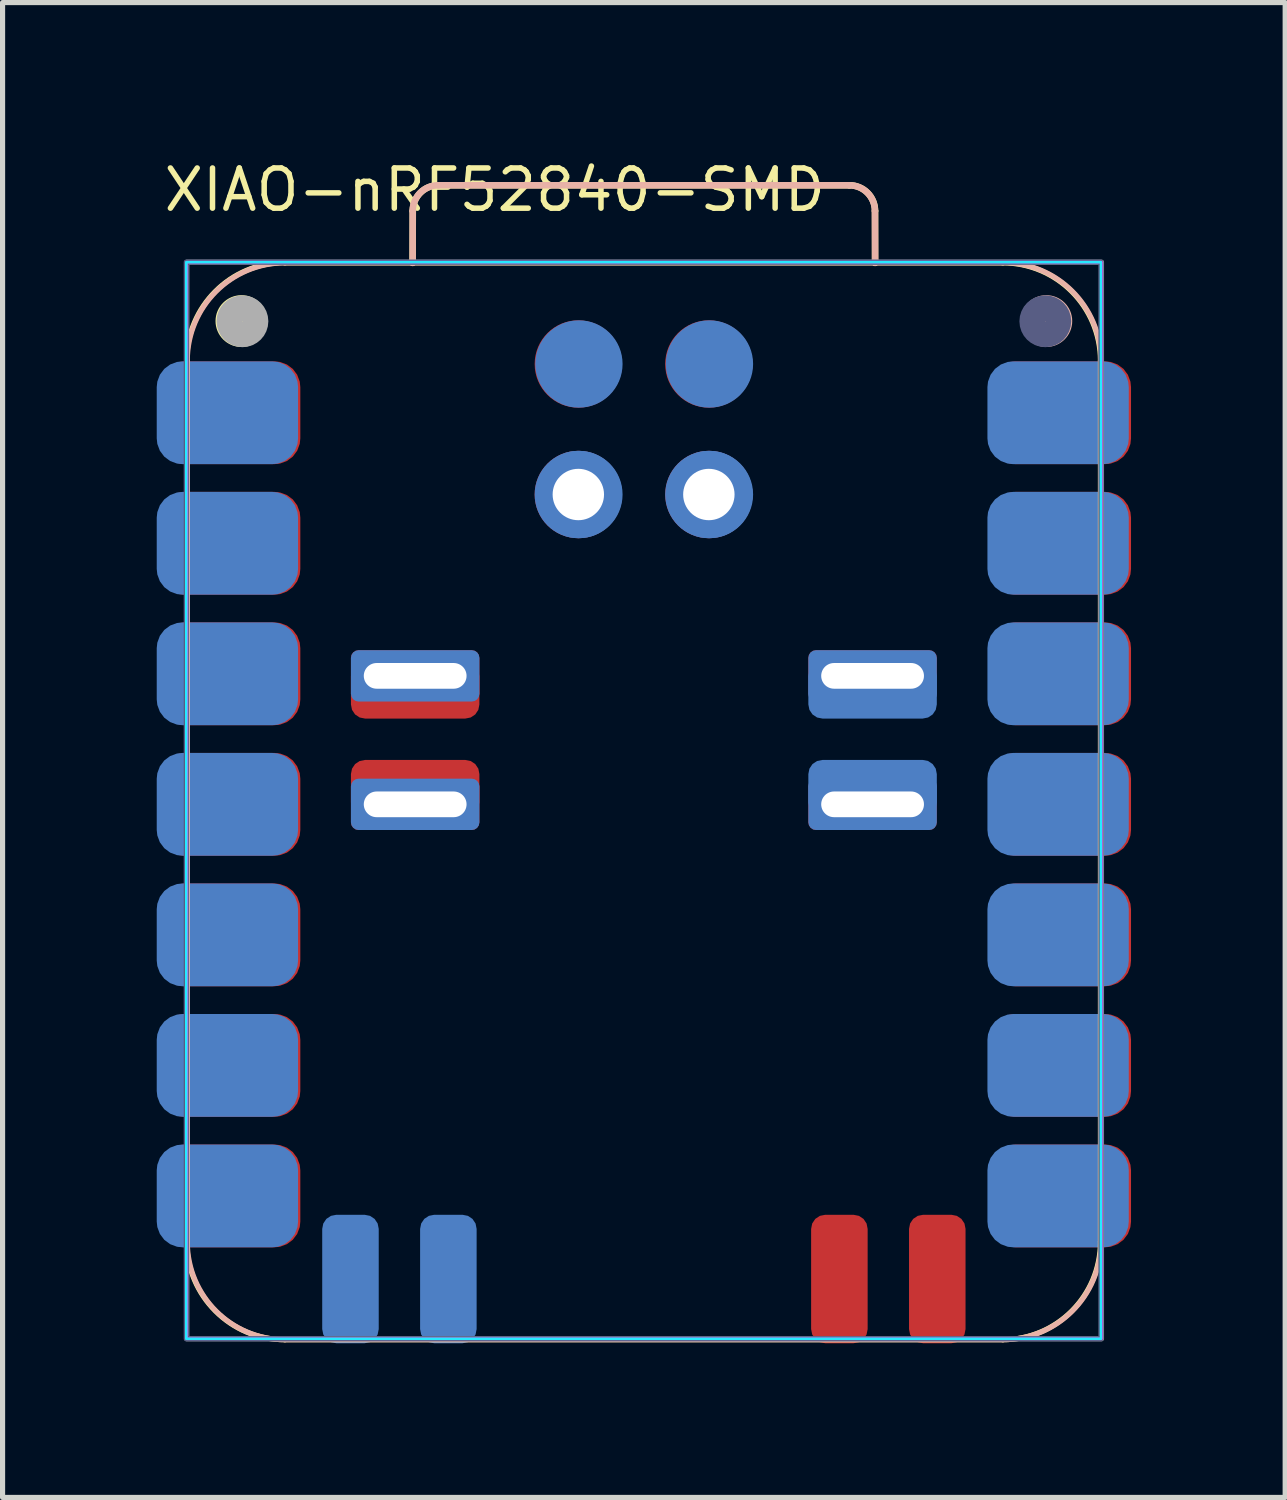
<source format=kicad_pcb>
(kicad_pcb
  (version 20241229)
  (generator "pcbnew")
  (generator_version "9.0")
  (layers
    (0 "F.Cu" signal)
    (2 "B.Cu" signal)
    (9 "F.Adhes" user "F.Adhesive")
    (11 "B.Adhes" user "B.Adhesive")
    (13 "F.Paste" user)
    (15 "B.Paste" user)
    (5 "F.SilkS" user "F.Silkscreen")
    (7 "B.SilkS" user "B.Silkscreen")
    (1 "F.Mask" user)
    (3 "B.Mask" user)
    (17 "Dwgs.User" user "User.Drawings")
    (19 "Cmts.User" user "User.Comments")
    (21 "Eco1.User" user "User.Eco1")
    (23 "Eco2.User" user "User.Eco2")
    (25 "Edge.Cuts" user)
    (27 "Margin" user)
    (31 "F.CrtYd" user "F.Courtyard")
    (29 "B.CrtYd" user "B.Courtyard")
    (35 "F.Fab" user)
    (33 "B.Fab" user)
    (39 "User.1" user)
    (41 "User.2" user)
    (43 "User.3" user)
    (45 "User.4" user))
  (footprint "XIAO-nRF52840-SMD"
    (layer "F.Cu")
    (at 9.529 12.602)
    (property "Reference" "XIAO-nRF52840-SMD" (at -9.445 -11.5 0) (layer "F.SilkS") (effects (font (size 0.782 0.782) (thickness 0.107)) (justify left bottom)))
    (fp_line (start -8.945 8.513) (end -8.945 -8.632) (stroke (width 0.1) (type solid)) (layer "F.SilkS"))
    (fp_line (start -7.04 10.418) (end 6.93 10.418) (stroke (width 0.1) (type solid)) (layer "F.SilkS"))
    (fp_line (start -4.55 -10.537) (end -4.546 -11.547) (stroke (width 0.127) (type solid)) (layer "F.SilkS"))
    (fp_line (start -4.046 -12.047) (end 3.949 -12.047) (stroke (width 0.127) (type solid)) (layer "F.SilkS"))
    (fp_line (start 4.449 -11.547) (end 4.449 -10.537) (stroke (width 0.127) (type solid)) (layer "F.SilkS"))
    (fp_line (start 6.93 -10.537) (end -7.04 -10.537) (stroke (width 0.1) (type solid)) (layer "F.SilkS"))
    (fp_line (start 8.835 8.513) (end 8.835 -8.632) (stroke (width 0.1) (type solid)) (layer "F.SilkS"))
    (fp_arc (start -8.945 -8.636) (mid -8.387038 -9.983038) (end -7.04 -10.541) (stroke (width 0.1) (type solid)) (layer "F.SilkS"))
    (fp_arc (start -7.04 10.418) (mid -8.387038 9.860038) (end -8.945 8.513) (stroke (width 0.1) (type solid)) (layer "F.SilkS"))
    (fp_arc (start -4.546272 -11.547272) (mid -4.399724 -11.900644) (end -4.046272 -12.047) (stroke (width 0.127) (type default)) (layer "F.SilkS"))
    (fp_arc (start 3.949 -12.047) (mid 4.302524 -11.900524) (end 4.449 -11.547) (stroke (width 0.127) (type default)) (layer "F.SilkS"))
    (fp_arc (start 6.93 -10.537) (mid 8.277024 -9.979024) (end 8.835 -8.632) (stroke (width 0.1) (type solid)) (layer "F.SilkS"))
    (fp_arc (start 8.835 8.513) (mid 8.277038 9.860038) (end 6.93 10.418) (stroke (width 0.1) (type solid)) (layer "F.SilkS"))
    (fp_circle (center -7.881 -9.404) (end -7.881 -9.658) (stroke (width 0.5) (type solid)) (fill yes) (layer "F.SilkS"))
    (fp_line (start -8.934 8.513) (end -8.934 -8.632) (stroke (width 0.1) (type solid)) (layer "B.SilkS"))
    (fp_line (start -7.029 -10.537) (end 6.941 -10.537) (stroke (width 0.1) (type solid)) (layer "B.SilkS"))
    (fp_line (start -4.548 -11.547) (end -4.548 -10.537) (stroke (width 0.127) (type solid)) (layer "B.SilkS"))
    (fp_line (start 3.947 -12.047) (end -4.048 -12.047) (stroke (width 0.127) (type solid)) (layer "B.SilkS"))
    (fp_line (start 4.451 -10.537) (end 4.447 -11.547) (stroke (width 0.127) (type solid)) (layer "B.SilkS"))
    (fp_line (start 6.941 10.418) (end -7.029 10.418) (stroke (width 0.1) (type solid)) (layer "B.SilkS"))
    (fp_line (start 8.846 8.513) (end 8.846 -8.632) (stroke (width 0.1) (type solid)) (layer "B.SilkS"))
    (fp_arc (start -8.934136 -8.632136) (mid -8.37616 -9.97916) (end -7.029136 -10.537136) (stroke (width 0.1) (type solid)) (layer "B.SilkS"))
    (fp_arc (start -7.029136 10.417864) (mid -8.376174 9.859902) (end -8.934136 8.512864) (stroke (width 0.1) (type solid)) (layer "B.SilkS"))
    (fp_arc (start -4.548136 -11.547136) (mid -4.40166 -11.90066) (end -4.048136 -12.047136) (stroke (width 0.127) (type default)) (layer "B.SilkS"))
    (fp_arc (start 3.947136 -12.047136) (mid 4.300586 -11.900779) (end 4.447136 -11.547408) (stroke (width 0.127) (type default)) (layer "B.SilkS"))
    (fp_arc (start 6.940864 -10.541136) (mid 8.287902 -9.983174) (end 8.845864 -8.636136) (stroke (width 0.1) (type solid)) (layer "B.SilkS"))
    (fp_arc (start 8.845864 8.512864) (mid 8.287902 9.859902) (end 6.940864 10.417864) (stroke (width 0.1) (type solid)) (layer "B.SilkS"))
    (fp_circle (center 7.782 -9.404) (end 7.782 -9.658) (stroke (width 0.5) (type solid)) (fill yes) (layer "B.SilkS"))
    (fp_rect (start 8.846 -10.55) (end -8.954 10.4) (stroke (width 0.05) (type default)) (fill no) (layer "B.CrtYd"))
    (fp_rect (start -8.945 -10.55) (end 8.855 10.4) (stroke (width 0.05) (type default)) (fill no) (layer "F.CrtYd"))
    (fp_rect (start 8.846 -10.55) (end -8.954 10.4) (stroke (width 0.1) (type default)) (fill no) (layer "B.Fab"))
    (fp_circle (center 7.762 -9.4) (end 7.762 -9.654) (stroke (width 0.5) (type solid)) (fill no) (layer "B.Fab"))
    (fp_rect (start -8.945 -10.55) (end 8.855 10.4) (stroke (width 0.1) (type default)) (fill no) (layer "F.Fab"))
    (fp_circle (center -7.861 -9.4) (end -7.861 -9.654) (stroke (width 0.5) (type solid)) (fill no) (layer "F.Fab"))
    (pad "1" smd roundrect (at -8.154 -7.62) (size 2.75 2) (layers "B.Cu" "B.Mask" "B.Paste") (roundrect_rratio 0.25))
    (pad "1" smd roundrect (at -8.11 -7.62) (size 2.75 2) (layers "F.Cu" "F.Mask" "F.Paste") (roundrect_rratio 0.25))
    (pad "2" smd roundrect (at -8.154 -5.08) (size 2.75 2) (layers "B.Cu" "B.Mask" "B.Paste") (roundrect_rratio 0.25))
    (pad "2" smd roundrect (at -8.11 -5.08) (size 2.75 2) (layers "F.Cu" "F.Mask" "F.Paste") (roundrect_rratio 0.25))
    (pad "3" smd roundrect (at -8.154 -2.54) (size 2.75 2) (layers "B.Cu" "B.Mask" "B.Paste") (roundrect_rratio 0.25))
    (pad "3" smd roundrect (at -8.11 -2.54) (size 2.75 2) (layers "F.Cu" "F.Mask" "F.Paste") (roundrect_rratio 0.25))
    (pad "4" smd roundrect (at -8.154 -0.000136) (size 2.75 2) (layers "B.Cu" "B.Mask" "B.Paste") (roundrect_rratio 0.25))
    (pad "4" smd roundrect (at -8.11 0) (size 2.75 2) (layers "F.Cu" "F.Mask" "F.Paste") (roundrect_rratio 0.25))
    (pad "5" smd roundrect (at -8.154 2.54) (size 2.75 2) (layers "B.Cu" "B.Mask" "B.Paste") (roundrect_rratio 0.25))
    (pad "5" smd roundrect (at -8.11 2.54) (size 2.75 2) (layers "F.Cu" "F.Mask" "F.Paste") (roundrect_rratio 0.25))
    (pad "6" smd roundrect (at -8.154 5.08) (size 2.75 2) (layers "B.Cu" "B.Mask" "B.Paste") (roundrect_rratio 0.25))
    (pad "6" smd roundrect (at -8.11 5.08) (size 2.75 2) (layers "F.Cu" "F.Mask" "F.Paste") (roundrect_rratio 0.25))
    (pad "7" smd roundrect (at -8.154 7.62) (size 2.75 2) (layers "B.Cu" "B.Mask" "B.Paste") (roundrect_rratio 0.25))
    (pad "7" smd roundrect (at -8.11 7.62) (size 2.75 2) (layers "F.Cu" "F.Mask" "F.Paste") (roundrect_rratio 0.25))
    (pad "8" smd roundrect (at 8.011 7.62) (size 2.75 2) (layers "B.Cu" "B.Mask" "B.Paste") (roundrect_rratio 0.25))
    (pad "8" smd roundrect (at 8.055 7.62) (size 2.75 2) (layers "F.Cu" "F.Mask" "F.Paste") (roundrect_rratio 0.25))
    (pad "9" smd roundrect (at 8.011 5.08) (size 2.75 2) (layers "B.Cu" "B.Mask" "B.Paste") (roundrect_rratio 0.25))
    (pad "9" smd roundrect (at 8.055 5.08) (size 2.75 2) (layers "F.Cu" "F.Mask" "F.Paste") (roundrect_rratio 0.25))
    (pad "10" smd roundrect (at 8.011 2.54) (size 2.75 2) (layers "B.Cu" "B.Mask" "B.Paste") (roundrect_rratio 0.25))
    (pad "10" smd roundrect (at 8.055 2.54) (size 2.75 2) (layers "F.Cu" "F.Mask" "F.Paste") (roundrect_rratio 0.25))
    (pad "11" smd roundrect (at 8.011 -0.000136) (size 2.75 2) (layers "B.Cu" "B.Mask" "B.Paste") (roundrect_rratio 0.25))
    (pad "11" smd roundrect (at 8.055 0) (size 2.75 2) (layers "F.Cu" "F.Mask" "F.Paste") (roundrect_rratio 0.25))
    (pad "12" smd roundrect (at 8.011 -2.54) (size 2.75 2) (layers "B.Cu" "B.Mask" "B.Paste") (roundrect_rratio 0.25))
    (pad "12" smd roundrect (at 8.055 -2.54) (size 2.75 2) (layers "F.Cu" "F.Mask" "F.Paste") (roundrect_rratio 0.25))
    (pad "13" smd roundrect (at 8.011 -5.08) (size 2.75 2) (layers "B.Cu" "B.Mask" "B.Paste") (roundrect_rratio 0.25))
    (pad "13" smd roundrect (at 8.055 -5.08) (size 2.75 2) (layers "F.Cu" "F.Mask" "F.Paste") (roundrect_rratio 0.25))
    (pad "14" smd roundrect (at 8.011 -7.62) (size 2.75 2) (layers "B.Cu" "B.Mask" "B.Paste") (roundrect_rratio 0.25))
    (pad "14" smd roundrect (at 8.055 -7.62) (size 2.75 2) (layers "F.Cu" "F.Mask" "F.Paste") (roundrect_rratio 0.25))
    (pad "15" smd roundrect (at -4.5 -0.314 180) (size 2.5 1.1) (layers "F.Cu" "F.Mask" "F.Paste") (roundrect_rratio 0.25))
    (pad "15" thru_hole roundrect (at -4.5 0) (size 2.5 1) (drill oval 2 0.5) (layers "*.Cu" "*.Mask") (roundrect_rratio 0.15))
    (pad "15" smd roundrect (at 4.401 -0.314 180) (size 2.5 1.1) (layers "B.Cu" "B.Mask" "B.Paste") (roundrect_rratio 0.25))
    (pad "15" thru_hole roundrect (at 4.401 -0.000136) (size 2.5 1) (drill oval 2 0.5) (layers "*.Cu" "*.Mask") (roundrect_rratio 0.15))
    (pad "16" thru_hole roundrect (at -4.5 -2.5) (size 2.5 1) (drill oval 2 0.5) (layers "*.Cu" "*.Mask") (roundrect_rratio 0.15))
    (pad "16" smd roundrect (at -4.5 -2.219 180) (size 2.5 1.1) (layers "F.Cu" "F.Mask" "F.Paste") (roundrect_rratio 0.25))
    (pad "16" thru_hole roundrect (at 4.401 -2.5) (size 2.5 1) (drill oval 2 0.5) (layers "*.Cu" "*.Mask") (roundrect_rratio 0.15))
    (pad "16" smd roundrect (at 4.401 -2.219 180) (size 2.5 1.1) (layers "B.Cu" "B.Mask" "B.Paste") (roundrect_rratio 0.25))
    (pad "17" smd roundrect (at -3.854 9.237 90) (size 2.5 1.1) (layers "B.Cu" "B.Mask" "B.Paste") (roundrect_rratio 0.25))
    (pad "17" smd roundrect (at 3.755 9.237 270) (size 2.5 1.1) (layers "F.Cu" "F.Mask" "F.Paste") (roundrect_rratio 0.25))
    (pad "18" smd roundrect (at -5.759 9.237 90) (size 2.5 1.1) (layers "B.Cu" "B.Mask" "B.Paste") (roundrect_rratio 0.25))
    (pad "18" smd roundrect (at 5.66 9.237 270) (size 2.5 1.1) (layers "F.Cu" "F.Mask" "F.Paste") (roundrect_rratio 0.25))
    (pad "19" smd circle (at -1.325 -8.569) (size 1.7 1.7) (layers "F.Cu" "F.Mask" "F.Paste"))
    (pad "19" smd circle (at 1.226 -8.569) (size 1.7 1.7) (layers "B.Cu" "B.Mask" "B.Paste"))
    (pad "20" smd circle (at -1.314 -8.569) (size 1.7 1.7) (layers "B.Cu" "B.Mask" "B.Paste"))
    (pad "20" smd circle (at 1.215 -8.569) (size 1.7 1.7) (layers "F.Cu" "F.Mask" "F.Paste"))
    (pad "21" thru_hole circle (at -1.325 -6.029) (size 1.7 1.7) (drill 1) (layers "*.Cu" "*.Mask"))
    (pad "21" smd circle (at 1.226 -6.029) (size 1.7 1.7) (layers "B.Cu" "B.Mask" "B.Paste"))
    (pad "22" smd circle (at -1.314 -6.029) (size 1.7 1.7) (layers "B.Cu" "B.Mask" "B.Paste"))
    (pad "22" thru_hole circle (at 1.215 -6.029) (size 1.7 1.7) (drill 1) (layers "*.Cu" "*.Mask")))
  (gr_rect
    (start -3 -3)
    (end 21.959 26.089)
    (stroke (width 0.1) (type default))
    (fill no)
    (layer "Edge.Cuts")))
</source>
